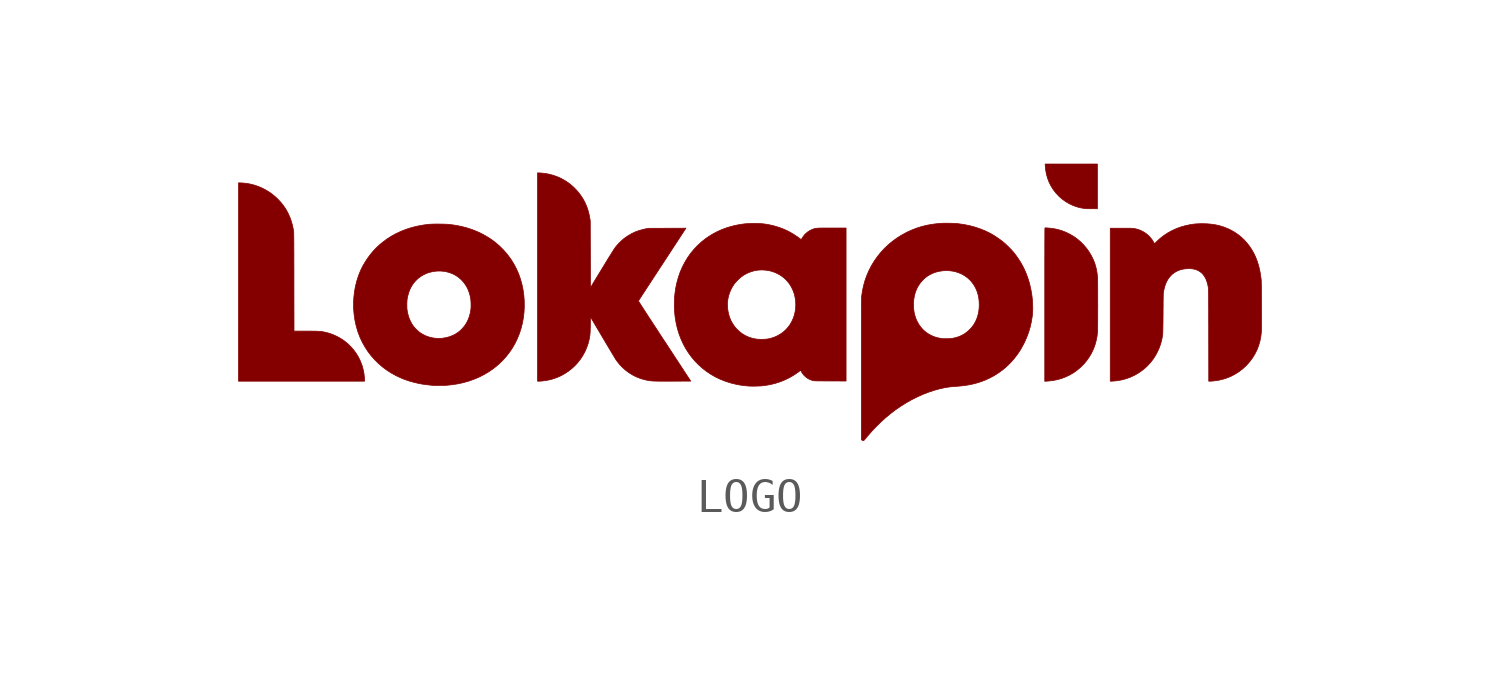
<source format=kicad_sym>
(kicad_symbol_lib
  (version 20210619)
  (generator bitmap2component)
  (symbol "LOGO"
    (pin_names
      (offset 1.016))
    (property "Reference" "#G"
      (at 0 3.423 0)
      (effects (font (size 1.27 1.27)) hide))
    (symbol "LOGO_0_0"
      (polyline (pts (xy 3.347 -4.051) (xy 3.349 -4.048) (xy 3.358 -4.038) (xy 3.373 -4.022) (xy 3.39 -4.001) (xy 3.41 -3.977) (xy 3.45 -3.928) (xy 3.571 -3.789) (xy 3.701 -3.651) (xy 3.836 -3.518) (xy 3.975 -3.392) (xy 4.116 -3.275) (xy 4.123 -3.268) (xy 4.271 -3.156) (xy 4.423 -3.051) (xy 4.579 -2.954) (xy 4.737 -2.864) (xy 4.898 -2.783) (xy 5.06 -2.709) (xy 5.223 -2.645) (xy 5.385 -2.59) (xy 5.546 -2.545) (xy 5.705 -2.509) (xy 5.861 -2.484) (xy 5.874 -2.483) (xy 5.907 -2.479) (xy 5.946 -2.476) (xy 5.987 -2.473) (xy 6.025 -2.47) (xy 6.076 -2.466) (xy 6.214 -2.454) (xy 6.343 -2.437) (xy 6.466 -2.416) (xy 6.584 -2.389) (xy 6.698 -2.357) (xy 6.81 -2.319) (xy 6.885 -2.291) (xy 7.026 -2.227) (xy 7.163 -2.154) (xy 7.294 -2.071) (xy 7.418 -1.98) (xy 7.536 -1.88) (xy 7.647 -1.771) (xy 7.75 -1.655) (xy 7.845 -1.531) (xy 7.932 -1.401) (xy 7.974 -1.328) (xy 8.052 -1.181) (xy 8.119 -1.03) (xy 8.176 -0.877) (xy 8.222 -0.721) (xy 8.257 -0.564) (xy 8.282 -0.405) (xy 8.295 -0.246) (xy 8.295 -0.234) (xy 8.296 -0.19) (xy 8.295 -0.138) (xy 8.293 -0.081) (xy 8.29 -0.021) (xy 8.287 0.039) (xy 8.282 0.096) (xy 8.277 0.147) (xy 8.267 0.227) (xy 8.237 0.397) (xy 8.198 0.562) (xy 8.148 0.722) (xy 8.089 0.876) (xy 8.021 1.024) (xy 7.942 1.167) (xy 7.854 1.304) (xy 7.757 1.436) (xy 7.735 1.462) (xy 7.696 1.507) (xy 7.651 1.555) (xy 7.602 1.605) (xy 7.552 1.654) (xy 7.503 1.7) (xy 7.457 1.742) (xy 7.415 1.777) (xy 7.381 1.803) (xy 7.335 1.837) (xy 7.286 1.872) (xy 7.234 1.907) (xy 7.183 1.941) (xy 7.136 1.97) (xy 7.095 1.995) (xy 7.057 2.015) (xy 6.915 2.086) (xy 6.766 2.147) (xy 6.61 2.2) (xy 6.448 2.244) (xy 6.28 2.278) (xy 6.107 2.303) (xy 6.102 2.304) (xy 6.063 2.307) (xy 6.015 2.31) (xy 5.961 2.313) (xy 5.902 2.315) (xy 5.842 2.316) (xy 5.781 2.317) (xy 5.722 2.317) (xy 5.667 2.316) (xy 5.619 2.314) (xy 5.58 2.312) (xy 5.514 2.306) (xy 5.351 2.286) (xy 5.195 2.258) (xy 5.044 2.221) (xy 4.896 2.175) (xy 4.752 2.12) (xy 4.609 2.055) (xy 4.597 2.049) (xy 4.453 1.971) (xy 4.316 1.885) (xy 4.185 1.79) (xy 4.062 1.688) (xy 3.946 1.578) (xy 3.838 1.461) (xy 3.739 1.338) (xy 3.648 1.209) (xy 3.566 1.074) (xy 3.493 0.933) (xy 3.43 0.788) (xy 3.376 0.639) (xy 3.333 0.486) (xy 3.3 0.329) (xy 3.277 0.17) (xy 3.276 0.162) (xy 3.276 0.151) (xy 3.275 0.136) (xy 3.275 0.117) (xy 3.274 0.093) (xy 3.274 0.065) (xy 3.273 0.032) (xy 3.273 -0.006) (xy 3.272 -0.051) (xy 3.272 -0.073) (xy 4.797 -0.073) (xy 4.798 -0.023) (xy 4.807 0.088) (xy 4.826 0.195) (xy 4.854 0.295) (xy 4.892 0.39) (xy 4.939 0.479) (xy 4.995 0.561) (xy 5.061 0.638) (xy 5.099 0.676) (xy 5.149 0.721) (xy 5.199 0.759) (xy 5.253 0.793) (xy 5.313 0.825) (xy 5.356 0.846) (xy 5.451 0.881) (xy 5.551 0.906) (xy 5.655 0.922) (xy 5.762 0.927) (xy 5.834 0.925) (xy 5.939 0.913) (xy 6.039 0.891) (xy 6.134 0.859) (xy 6.225 0.819) (xy 6.309 0.769) (xy 6.387 0.712) (xy 6.458 0.646) (xy 6.522 0.572) (xy 6.578 0.491) (xy 6.626 0.403) (xy 6.665 0.309) (xy 6.695 0.208) (xy 6.711 0.126) (xy 6.723 0.028) (xy 6.726 -0.073) (xy 6.723 -0.174) (xy 6.711 -0.272) (xy 6.692 -0.364) (xy 6.691 -0.369) (xy 6.661 -0.466) (xy 6.623 -0.555) (xy 6.578 -0.638) (xy 6.524 -0.715) (xy 6.46 -0.788) (xy 6.451 -0.797) (xy 6.378 -0.864) (xy 6.302 -0.921) (xy 6.22 -0.969) (xy 6.133 -1.008) (xy 6.039 -1.038) (xy 5.937 -1.06) (xy 5.915 -1.063) (xy 5.877 -1.067) (xy 5.833 -1.069) (xy 5.786 -1.071) (xy 5.738 -1.071) (xy 5.693 -1.071) (xy 5.653 -1.069) (xy 5.621 -1.065) (xy 5.519 -1.046) (xy 5.418 -1.017) (xy 5.324 -0.978) (xy 5.237 -0.931) (xy 5.156 -0.875) (xy 5.082 -0.81) (xy 5.016 -0.736) (xy 4.957 -0.655) (xy 4.906 -0.565) (xy 4.869 -0.483) (xy 4.838 -0.388) (xy 4.815 -0.289) (xy 4.802 -0.184) (xy 4.797 -0.073) (xy 3.272 -0.073) (xy 3.272 -0.101) (xy 3.272 -0.157) (xy 3.271 -0.22) (xy 3.271 -0.289) (xy 3.271 -0.366) (xy 3.271 -0.451) (xy 3.271 -0.543) (xy 3.27 -0.643) (xy 3.27 -0.752) (xy 3.27 -0.87) (xy 3.27 -0.997) (xy 3.27 -1.133) (xy 3.27 -1.279) (xy 3.27 -1.435) (xy 3.27 -4.031) (xy 3.285 -4.045) (xy 3.289 -4.047) (xy 3.309 -4.056) (xy 3.329 -4.057) (xy 3.347 -4.051)) (stroke (width 0.01)) (fill (type outline)))
      (polyline (pts (xy 0.179 -2.461) (xy 0.237 -2.459) (xy 0.293 -2.457) (xy 0.342 -2.454) (xy 0.384 -2.45) (xy 0.447 -2.442) (xy 0.599 -2.416) (xy 0.748 -2.379) (xy 0.893 -2.332) (xy 1.033 -2.275) (xy 1.169 -2.208) (xy 1.298 -2.132) (xy 1.422 -2.047) (xy 1.489 -1.997) (xy 1.504 -2.026) (xy 1.532 -2.076) (xy 1.578 -2.136) (xy 1.632 -2.188) (xy 1.693 -2.233) (xy 1.761 -2.269) (xy 1.835 -2.296) (xy 1.841 -2.297) (xy 1.849 -2.3) (xy 1.857 -2.301) (xy 1.866 -2.303) (xy 1.877 -2.304) (xy 1.891 -2.305) (xy 1.909 -2.306) (xy 1.93 -2.307) (xy 1.957 -2.308) (xy 1.989 -2.308) (xy 2.028 -2.309) (xy 2.075 -2.309) (xy 2.129 -2.309) (xy 2.193 -2.31) (xy 2.266 -2.31) (xy 2.35 -2.31) (xy 2.82 -2.312) (xy 2.82 2.176) (xy 2.316 2.176) (xy 2.244 2.176) (xy 2.181 2.176) (xy 2.127 2.175) (xy 2.081 2.175) (xy 2.042 2.174) (xy 2.009 2.173) (xy 1.981 2.171) (xy 1.958 2.169) (xy 1.937 2.167) (xy 1.919 2.164) (xy 1.903 2.16) (xy 1.888 2.156) (xy 1.873 2.151) (xy 1.857 2.146) (xy 1.828 2.135) (xy 1.758 2.102) (xy 1.693 2.06) (xy 1.631 2.007) (xy 1.617 1.993) (xy 1.593 1.964) (xy 1.568 1.933) (xy 1.546 1.902) (xy 1.527 1.873) (xy 1.515 1.85) (xy 1.508 1.832) (xy 1.462 1.867) (xy 1.395 1.917) (xy 1.268 2.001) (xy 1.136 2.076) (xy 0.999 2.14) (xy 0.856 2.194) (xy 0.708 2.239) (xy 0.555 2.274) (xy 0.396 2.299) (xy 0.394 2.299) (xy 0.355 2.302) (xy 0.306 2.305) (xy 0.251 2.308) (xy 0.19 2.309) (xy 0.128 2.309) (xy 0.065 2.309) (xy 0.004 2.307) (xy -0.053 2.305) (xy -0.103 2.302) (xy -0.146 2.299) (xy -0.204 2.292) (xy -0.369 2.265) (xy -0.527 2.229) (xy -0.679 2.184) (xy -0.826 2.13) (xy -0.967 2.066) (xy -1.103 1.993) (xy -1.235 1.91) (xy -1.3 1.864) (xy -1.421 1.768) (xy -1.534 1.664) (xy -1.64 1.553) (xy -1.738 1.434) (xy -1.827 1.308) (xy -1.907 1.176) (xy -1.979 1.037) (xy -2.042 0.893) (xy -2.095 0.743) (xy -2.139 0.587) (xy -2.174 0.427) (xy -2.198 0.263) (xy -2.201 0.237) (xy -2.212 0.106) (xy -2.216 -0.031) (xy -2.215 -0.127) (xy -0.658 -0.127) (xy -0.658 -0.019) (xy -0.647 0.086) (xy -0.625 0.188) (xy -0.592 0.289) (xy -0.548 0.388) (xy -0.542 0.399) (xy -0.512 0.455) (xy -0.48 0.505) (xy -0.445 0.553) (xy -0.404 0.6) (xy -0.356 0.65) (xy -0.343 0.663) (xy -0.294 0.709) (xy -0.248 0.747) (xy -0.201 0.781) (xy -0.15 0.812) (xy -0.093 0.842) (xy -0.054 0.861) (xy 0.045 0.899) (xy 0.144 0.926) (xy 0.245 0.942) (xy 0.348 0.947) (xy 0.454 0.941) (xy 0.562 0.924) (xy 0.616 0.912) (xy 0.714 0.88) (xy 0.808 0.839) (xy 0.896 0.789) (xy 0.978 0.73) (xy 1.035 0.681) (xy 1.105 0.607) (xy 1.167 0.526) (xy 1.22 0.439) (xy 1.264 0.345) (xy 1.299 0.248) (xy 1.324 0.145) (xy 1.34 0.039) (xy 1.345 -0.069) (xy 1.342 -0.161) (xy 1.328 -0.268) (xy 1.305 -0.371) (xy 1.272 -0.469) (xy 1.23 -0.562) (xy 1.18 -0.65) (xy 1.121 -0.731) (xy 1.054 -0.806) (xy 0.98 -0.873) (xy 0.898 -0.932) (xy 0.809 -0.983) (xy 0.795 -0.99) (xy 0.731 -1.019) (xy 0.666 -1.042) (xy 0.598 -1.062) (xy 0.523 -1.078) (xy 0.513 -1.079) (xy 0.482 -1.083) (xy 0.442 -1.086) (xy 0.397 -1.088) (xy 0.35 -1.089) (xy 0.304 -1.089) (xy 0.26 -1.087) (xy 0.222 -1.085) (xy 0.192 -1.082) (xy 0.144 -1.074) (xy 0.041 -1.049) (xy -0.055 -1.016) (xy -0.145 -0.973) (xy -0.23 -0.921) (xy -0.31 -0.858) (xy -0.386 -0.786) (xy -0.448 -0.714) (xy -0.506 -0.63) (xy -0.556 -0.54) (xy -0.596 -0.444) (xy -0.626 -0.343) (xy -0.647 -0.238) (xy -0.647 -0.237) (xy -0.658 -0.127) (xy -2.215 -0.127) (xy -2.214 -0.169) (xy -2.207 -0.306) (xy -2.193 -0.439) (xy -2.191 -0.454) (xy -2.163 -0.618) (xy -2.126 -0.776) (xy -2.079 -0.929) (xy -2.023 -1.077) (xy -1.958 -1.219) (xy -1.885 -1.356) (xy -1.802 -1.486) (xy -1.712 -1.609) (xy -1.614 -1.725) (xy -1.508 -1.834) (xy -1.395 -1.935) (xy -1.274 -2.029) (xy -1.147 -2.114) (xy -1.014 -2.191) (xy -0.874 -2.258) (xy -0.728 -2.316) (xy -0.577 -2.365) (xy -0.503 -2.385) (xy -0.389 -2.411) (xy -0.275 -2.432) (xy -0.158 -2.448) (xy -0.034 -2.459) (xy -0.028 -2.459) (xy 0.015 -2.461) (xy 0.065 -2.462) (xy 0.121 -2.462) (xy 0.179 -2.461)) (stroke (width 0.01)) (fill (type outline)))
      (polyline (pts (xy -9.054 -2.441) (xy -9.003 -2.44) (xy -8.956 -2.439) (xy -8.916 -2.438) (xy -8.885 -2.436) (xy -8.741 -2.421) (xy -8.569 -2.395) (xy -8.402 -2.358) (xy -8.24 -2.312) (xy -8.083 -2.256) (xy -7.932 -2.191) (xy -7.787 -2.117) (xy -7.647 -2.033) (xy -7.515 -1.94) (xy -7.484 -1.916) (xy -7.362 -1.814) (xy -7.25 -1.705) (xy -7.145 -1.589) (xy -7.05 -1.466) (xy -6.963 -1.337) (xy -6.886 -1.203) (xy -6.819 -1.063) (xy -6.76 -0.918) (xy -6.712 -0.768) (xy -6.673 -0.614) (xy -6.644 -0.456) (xy -6.625 -0.294) (xy -6.617 -0.129) (xy -6.619 0.039) (xy -6.619 0.04) (xy -6.631 0.206) (xy -6.654 0.369) (xy -6.687 0.527) (xy -6.73 0.68) (xy -6.782 0.829) (xy -6.845 0.973) (xy -6.917 1.111) (xy -6.999 1.244) (xy -7.024 1.281) (xy -7.12 1.408) (xy -7.224 1.528) (xy -7.335 1.639) (xy -7.454 1.743) (xy -7.58 1.838) (xy -7.713 1.924) (xy -7.853 2.002) (xy -7.999 2.071) (xy -8.151 2.132) (xy -8.31 2.183) (xy -8.475 2.225) (xy -8.645 2.258) (xy -8.82 2.281) (xy -8.841 2.284) (xy -8.883 2.286) (xy -8.933 2.288) (xy -8.989 2.29) (xy -9.048 2.291) (xy -9.11 2.292) (xy -9.172 2.292) (xy -9.232 2.292) (xy -9.288 2.291) (xy -9.339 2.289) (xy -9.382 2.287) (xy -9.416 2.285) (xy -9.575 2.264) (xy -9.748 2.233) (xy -9.914 2.192) (xy -10.073 2.142) (xy -10.226 2.083) (xy -10.373 2.015) (xy -10.514 1.938) (xy -10.65 1.851) (xy -10.779 1.754) (xy -10.86 1.687) (xy -10.965 1.589) (xy -11.062 1.484) (xy -11.153 1.373) (xy -11.239 1.252) (xy -11.299 1.157) (xy -11.362 1.047) (xy -11.416 0.936) (xy -11.464 0.822) (xy -11.506 0.701) (xy -11.533 0.613) (xy -11.572 0.454) (xy -11.6 0.293) (xy -11.618 0.129) (xy -11.626 -0.035) (xy -11.624 -0.099) (xy -10.062 -0.099) (xy -10.062 -0.044) (xy -10.06 0.009) (xy -10.057 0.056) (xy -10.053 0.096) (xy -10.036 0.18) (xy -10.007 0.284) (xy -9.97 0.381) (xy -9.923 0.471) (xy -9.868 0.554) (xy -9.804 0.629) (xy -9.732 0.698) (xy -9.651 0.758) (xy -9.642 0.764) (xy -9.56 0.811) (xy -9.472 0.85) (xy -9.378 0.88) (xy -9.281 0.901) (xy -9.183 0.913) (xy -9.083 0.915) (xy -8.985 0.907) (xy -8.903 0.893) (xy -8.806 0.866) (xy -8.713 0.83) (xy -8.626 0.784) (xy -8.545 0.729) (xy -8.471 0.665) (xy -8.403 0.592) (xy -8.344 0.512) (xy -8.292 0.424) (xy -8.267 0.371) (xy -8.232 0.28) (xy -8.205 0.183) (xy -8.187 0.08) (xy -8.185 0.065) (xy -8.182 0.022) (xy -8.18 -0.026) (xy -8.179 -0.077) (xy -8.179 -0.127) (xy -8.181 -0.172) (xy -8.184 -0.209) (xy -8.185 -0.219) (xy -8.205 -0.328) (xy -8.233 -0.43) (xy -8.271 -0.526) (xy -8.317 -0.616) (xy -8.372 -0.699) (xy -8.437 -0.774) (xy -8.461 -0.799) (xy -8.513 -0.848) (xy -8.566 -0.889) (xy -8.623 -0.926) (xy -8.687 -0.961) (xy -8.724 -0.978) (xy -8.818 -1.014) (xy -8.917 -1.04) (xy -9.022 -1.057) (xy -9.072 -1.061) (xy -9.177 -1.062) (xy -9.28 -1.051) (xy -9.38 -1.03) (xy -9.477 -0.999) (xy -9.57 -0.956) (xy -9.659 -0.904) (xy -9.671 -0.896) (xy -9.709 -0.866) (xy -9.75 -0.83) (xy -9.791 -0.791) (xy -9.829 -0.75) (xy -9.864 -0.709) (xy -9.89 -0.673) (xy -9.913 -0.638) (xy -9.962 -0.547) (xy -10.001 -0.453) (xy -10.031 -0.352) (xy -10.053 -0.246) (xy -10.053 -0.242) (xy -10.058 -0.201) (xy -10.061 -0.152) (xy -10.062 -0.099) (xy -11.624 -0.099) (xy -11.623 -0.2) (xy -11.609 -0.364) (xy -11.585 -0.526) (xy -11.551 -0.686) (xy -11.506 -0.842) (xy -11.489 -0.894) (xy -11.431 -1.042) (xy -11.364 -1.183) (xy -11.287 -1.319) (xy -11.202 -1.449) (xy -11.107 -1.573) (xy -11.004 -1.689) (xy -10.893 -1.798) (xy -10.774 -1.901) (xy -10.647 -1.995) (xy -10.513 -2.081) (xy -10.372 -2.158) (xy -10.224 -2.227) (xy -10.141 -2.261) (xy -9.992 -2.312) (xy -9.837 -2.355) (xy -9.677 -2.391) (xy -9.511 -2.417) (xy -9.343 -2.435) (xy -9.337 -2.436) (xy -9.304 -2.438) (xy -9.263 -2.439) (xy -9.215 -2.44) (xy -9.162 -2.441) (xy -9.108 -2.441) (xy -9.054 -2.441)) (stroke (width 0.01)) (fill (type outline)))
      (polyline (pts (xy -11.306 -2.234) (xy -11.308 -2.197) (xy -11.322 -2.075) (xy -11.347 -1.955) (xy -11.382 -1.836) (xy -11.428 -1.72) (xy -11.483 -1.608) (xy -11.548 -1.501) (xy -11.622 -1.4) (xy -11.706 -1.304) (xy -11.796 -1.216) (xy -11.894 -1.137) (xy -11.998 -1.066) (xy -12.108 -1.005) (xy -12.222 -0.953) (xy -12.341 -0.91) (xy -12.464 -0.879) (xy -12.47 -0.878) (xy -12.498 -0.872) (xy -12.526 -0.867) (xy -12.552 -0.862) (xy -12.579 -0.859) (xy -12.608 -0.856) (xy -12.639 -0.854) (xy -12.674 -0.852) (xy -12.714 -0.85) (xy -12.76 -0.849) (xy -12.813 -0.849) (xy -12.873 -0.848) (xy -12.943 -0.848) (xy -13.372 -0.848) (xy -13.374 0.598) (xy -13.374 0.743) (xy -13.374 0.884) (xy -13.374 1.015) (xy -13.375 1.135) (xy -13.375 1.246) (xy -13.375 1.348) (xy -13.375 1.441) (xy -13.376 1.525) (xy -13.376 1.602) (xy -13.376 1.671) (xy -13.376 1.733) (xy -13.377 1.789) (xy -13.377 1.838) (xy -13.377 1.881) (xy -13.378 1.919) (xy -13.378 1.952) (xy -13.379 1.981) (xy -13.379 2.005) (xy -13.38 2.026) (xy -13.38 2.043) (xy -13.381 2.058) (xy -13.382 2.07) (xy -13.383 2.08) (xy -13.384 2.088) (xy -13.385 2.096) (xy -13.386 2.103) (xy -13.388 2.114) (xy -13.416 2.251) (xy -13.452 2.379) (xy -13.496 2.501) (xy -13.548 2.615) (xy -13.609 2.725) (xy -13.679 2.829) (xy -13.758 2.928) (xy -13.847 3.024) (xy -13.873 3.049) (xy -13.972 3.137) (xy -14.077 3.216) (xy -14.189 3.286) (xy -14.305 3.347) (xy -14.426 3.398) (xy -14.55 3.439) (xy -14.677 3.47) (xy -14.805 3.49) (xy -14.935 3.5) (xy -14.998 3.501) (xy -14.999 0.592) (xy -15 -2.317) (xy -11.302 -2.317) (xy -11.306 -2.234)) (stroke (width 0.01)) (fill (type outline)))
      (polyline (pts (xy -6.202 -2.317) (xy -6.179 -2.317) (xy -6.127 -2.314) (xy -6.069 -2.308) (xy -6.008 -2.3) (xy -5.946 -2.29) (xy -5.887 -2.278) (xy -5.834 -2.266) (xy -5.778 -2.25) (xy -5.657 -2.208) (xy -5.54 -2.156) (xy -5.429 -2.094) (xy -5.323 -2.024) (xy -5.224 -1.946) (xy -5.131 -1.86) (xy -5.046 -1.767) (xy -4.968 -1.667) (xy -4.899 -1.561) (xy -4.838 -1.449) (xy -4.787 -1.333) (xy -4.745 -1.212) (xy -4.713 -1.087) (xy -4.707 -1.052) (xy -4.701 -1.02) (xy -4.696 -0.988) (xy -4.692 -0.956) (xy -4.689 -0.922) (xy -4.686 -0.884) (xy -4.684 -0.841) (xy -4.683 -0.791) (xy -4.681 -0.733) (xy -4.68 -0.666) (xy -4.677 -0.43) (xy -4.324 -1.027) (xy -4.29 -1.084) (xy -4.246 -1.159) (xy -4.202 -1.232) (xy -4.161 -1.301) (xy -4.122 -1.367) (xy -4.085 -1.428) (xy -4.052 -1.485) (xy -4.021 -1.535) (xy -3.995 -1.579) (xy -3.973 -1.616) (xy -3.955 -1.645) (xy -3.942 -1.666) (xy -3.935 -1.678) (xy -3.907 -1.718) (xy -3.83 -1.816) (xy -3.745 -1.907) (xy -3.653 -1.99) (xy -3.554 -2.064) (xy -3.449 -2.13) (xy -3.338 -2.187) (xy -3.222 -2.233) (xy -3.102 -2.27) (xy -2.979 -2.297) (xy -2.959 -2.3) (xy -2.937 -2.303) (xy -2.913 -2.306) (xy -2.888 -2.308) (xy -2.86 -2.31) (xy -2.828 -2.312) (xy -2.791 -2.313) (xy -2.75 -2.314) (xy -2.703 -2.315) (xy -2.648 -2.316) (xy -2.587 -2.316) (xy -2.517 -2.317) (xy -2.439 -2.317) (xy -2.35 -2.316) (xy -2.251 -2.316) (xy -1.736 -2.314) (xy -2.504 -1.142) (xy -2.525 -1.111) (xy -2.593 -1.007) (xy -2.659 -0.906) (xy -2.723 -0.807) (xy -2.785 -0.712) (xy -2.845 -0.621) (xy -2.902 -0.534) (xy -2.956 -0.452) (xy -3.006 -0.374) (xy -3.053 -0.302) (xy -3.096 -0.236) (xy -3.135 -0.176) (xy -3.17 -0.122) (xy -3.199 -0.076) (xy -3.224 -0.037) (xy -3.244 -0.005) (xy -3.259 0.018) (xy -3.268 0.032) (xy -3.27 0.037) (xy -3.27 0.038) (xy -3.264 0.047) (xy -3.252 0.065) (xy -3.235 0.091) (xy -3.213 0.126) (xy -3.186 0.168) (xy -3.154 0.217) (xy -3.117 0.273) (xy -3.077 0.335) (xy -3.033 0.403) (xy -2.985 0.476) (xy -2.933 0.555) (xy -2.879 0.638) (xy -2.822 0.725) (xy -2.763 0.816) (xy -2.701 0.91) (xy -2.638 1.008) (xy -2.572 1.107) (xy -1.877 2.171) (xy -2.426 2.169) (xy -2.976 2.167) (xy -3.055 2.152) (xy -3.121 2.138) (xy -3.242 2.105) (xy -3.357 2.064) (xy -3.466 2.013) (xy -3.572 1.952) (xy -3.675 1.881) (xy -3.7 1.861) (xy -3.753 1.816) (xy -3.808 1.765) (xy -3.861 1.71) (xy -3.909 1.656) (xy -3.951 1.604) (xy -3.958 1.594) (xy -3.974 1.571) (xy -3.995 1.538) (xy -4.022 1.496) (xy -4.053 1.446) (xy -4.09 1.387) (xy -4.132 1.321) (xy -4.178 1.246) (xy -4.228 1.164) (xy -4.282 1.075) (xy -4.341 0.979) (xy -4.677 0.426) (xy -4.68 1.407) (xy -4.683 2.388) (xy -4.696 2.467) (xy -4.709 2.541) (xy -4.741 2.672) (xy -4.782 2.797) (xy -4.833 2.916) (xy -4.894 3.029) (xy -4.964 3.137) (xy -5.044 3.24) (xy -5.135 3.338) (xy -5.159 3.362) (xy -5.215 3.413) (xy -5.269 3.459) (xy -5.326 3.502) (xy -5.389 3.545) (xy -5.421 3.565) (xy -5.532 3.628) (xy -5.649 3.68) (xy -5.77 3.723) (xy -5.896 3.756) (xy -6.024 3.779) (xy -6.155 3.791) (xy -6.229 3.794) (xy -6.229 -2.317) (xy -6.202 -2.317)) (stroke (width 0.01)) (fill (type outline)))
      (polyline (pts (xy 8.717 -2.315) (xy 8.742 -2.313) (xy 8.877 -2.299) (xy 9.009 -2.273) (xy 9.136 -2.238) (xy 9.258 -2.192) (xy 9.376 -2.136) (xy 9.488 -2.071) (xy 9.595 -1.995) (xy 9.697 -1.909) (xy 9.701 -1.905) (xy 9.795 -1.812) (xy 9.879 -1.711) (xy 9.954 -1.605) (xy 10.02 -1.493) (xy 10.075 -1.376) (xy 10.121 -1.254) (xy 10.156 -1.127) (xy 10.182 -0.997) (xy 10.196 -0.863) (xy 10.197 -0.845) (xy 10.198 -0.817) (xy 10.198 -0.779) (xy 10.199 -0.733) (xy 10.2 -0.679) (xy 10.2 -0.617) (xy 10.2 -0.55) (xy 10.201 -0.478) (xy 10.201 -0.401) (xy 10.201 -0.32) (xy 10.201 -0.237) (xy 10.202 -0.153) (xy 10.202 -0.067) (xy 10.201 0.018) (xy 10.201 0.103) (xy 10.201 0.186) (xy 10.201 0.266) (xy 10.201 0.343) (xy 10.2 0.416) (xy 10.2 0.483) (xy 10.2 0.544) (xy 10.199 0.599) (xy 10.198 0.645) (xy 10.198 0.683) (xy 10.197 0.711) (xy 10.196 0.729) (xy 10.195 0.741) (xy 10.183 0.849) (xy 10.165 0.956) (xy 10.14 1.058) (xy 10.11 1.153) (xy 10.07 1.252) (xy 10.012 1.369) (xy 9.946 1.48) (xy 9.871 1.584) (xy 9.788 1.681) (xy 9.698 1.772) (xy 9.6 1.854) (xy 9.497 1.928) (xy 9.387 1.993) (xy 9.273 2.049) (xy 9.153 2.096) (xy 9.03 2.133) (xy 8.902 2.159) (xy 8.898 2.159) (xy 8.87 2.163) (xy 8.838 2.167) (xy 8.803 2.171) (xy 8.767 2.174) (xy 8.734 2.177) (xy 8.703 2.179) (xy 8.679 2.18) (xy 8.661 2.18) (xy 8.653 2.179) (xy 8.653 2.178) (xy 8.652 2.17) (xy 8.652 2.151) (xy 8.651 2.12) (xy 8.651 2.079) (xy 8.651 2.028) (xy 8.65 1.966) (xy 8.65 1.894) (xy 8.65 1.812) (xy 8.649 1.72) (xy 8.649 1.619) (xy 8.649 1.508) (xy 8.649 1.389) (xy 8.648 1.26) (xy 8.648 1.122) (xy 8.648 0.976) (xy 8.648 0.821) (xy 8.648 0.658) (xy 8.648 0.487) (xy 8.648 0.309) (xy 8.648 0.122) (xy 8.648 -2.319) (xy 8.717 -2.315)) (stroke (width 0.01)) (fill (type outline)))
      (polyline (pts (xy 10.607 -2.317) (xy 10.63 -2.315) (xy 10.658 -2.313) (xy 10.688 -2.311) (xy 10.775 -2.302) (xy 10.905 -2.279) (xy 11.032 -2.245) (xy 11.155 -2.201) (xy 11.274 -2.146) (xy 11.389 -2.081) (xy 11.499 -2.005) (xy 11.561 -1.956) (xy 11.658 -1.868) (xy 11.746 -1.773) (xy 11.825 -1.672) (xy 11.896 -1.563) (xy 11.957 -1.449) (xy 12.01 -1.33) (xy 12.052 -1.206) (xy 12.085 -1.077) (xy 12.107 -0.944) (xy 12.107 -0.942) (xy 12.109 -0.925) (xy 12.11 -0.898) (xy 12.111 -0.862) (xy 12.112 -0.815) (xy 12.113 -0.759) (xy 12.114 -0.692) (xy 12.115 -0.614) (xy 12.116 -0.526) (xy 12.117 -0.427) (xy 12.118 -0.317) (xy 12.118 -0.236) (xy 12.119 -0.151) (xy 12.12 -0.077) (xy 12.12 -0.012) (xy 12.121 0.044) (xy 12.121 0.093) (xy 12.122 0.135) (xy 12.123 0.17) (xy 12.123 0.2) (xy 12.124 0.225) (xy 12.125 0.245) (xy 12.126 0.262) (xy 12.127 0.277) (xy 12.129 0.289) (xy 12.13 0.301) (xy 12.132 0.311) (xy 12.134 0.322) (xy 12.143 0.366) (xy 12.166 0.457) (xy 12.193 0.538) (xy 12.226 0.612) (xy 12.265 0.679) (xy 12.31 0.74) (xy 12.361 0.796) (xy 12.382 0.816) (xy 12.448 0.867) (xy 12.52 0.909) (xy 12.598 0.942) (xy 12.682 0.966) (xy 12.773 0.98) (xy 12.87 0.985) (xy 12.926 0.984) (xy 12.985 0.978) (xy 13.04 0.967) (xy 13.092 0.952) (xy 13.117 0.942) (xy 13.181 0.909) (xy 13.239 0.867) (xy 13.29 0.816) (xy 13.334 0.755) (xy 13.372 0.686) (xy 13.402 0.608) (xy 13.426 0.521) (xy 13.428 0.515) (xy 13.431 0.503) (xy 13.433 0.491) (xy 13.436 0.48) (xy 13.438 0.469) (xy 13.44 0.458) (xy 13.442 0.445) (xy 13.444 0.431) (xy 13.445 0.415) (xy 13.446 0.397) (xy 13.448 0.377) (xy 13.449 0.353) (xy 13.45 0.325) (xy 13.451 0.294) (xy 13.451 0.258) (xy 13.452 0.217) (xy 13.453 0.17) (xy 13.453 0.118) (xy 13.454 0.059) (xy 13.454 -0.007) (xy 13.454 -0.079) (xy 13.455 -0.16) (xy 13.455 -0.248) (xy 13.455 -0.346) (xy 13.455 -0.452) (xy 13.455 -0.568) (xy 13.456 -0.693) (xy 13.456 -0.829) (xy 13.456 -0.976) (xy 13.458 -2.317) (xy 13.483 -2.317) (xy 13.492 -2.317) (xy 13.523 -2.316) (xy 13.56 -2.313) (xy 13.601 -2.309) (xy 13.643 -2.304) (xy 13.683 -2.299) (xy 13.717 -2.294) (xy 13.752 -2.288) (xy 13.881 -2.257) (xy 14.005 -2.217) (xy 14.125 -2.166) (xy 14.24 -2.104) (xy 14.35 -2.034) (xy 14.454 -1.953) (xy 14.552 -1.863) (xy 14.589 -1.824) (xy 14.675 -1.724) (xy 14.752 -1.618) (xy 14.819 -1.506) (xy 14.876 -1.39) (xy 14.922 -1.269) (xy 14.959 -1.143) (xy 14.985 -1.013) (xy 15 -0.879) (xy 15.001 -0.862) (xy 15.002 -0.834) (xy 15.003 -0.797) (xy 15.004 -0.751) (xy 15.004 -0.698) (xy 15.004 -0.638) (xy 15.005 -0.572) (xy 15.005 -0.5) (xy 15.005 -0.425) (xy 15.005 -0.346) (xy 15.005 -0.265) (xy 15.005 -0.182) (xy 15.004 -0.015) (xy 15.004 0.067) (xy 15.004 0.148) (xy 15.003 0.226) (xy 15.002 0.3) (xy 15.002 0.37) (xy 15.001 0.435) (xy 15 0.493) (xy 14.999 0.545) (xy 14.998 0.589) (xy 14.998 0.624) (xy 14.996 0.649) (xy 14.995 0.664) (xy 14.976 0.811) (xy 14.95 0.95) (xy 14.918 1.081) (xy 14.879 1.204) (xy 14.834 1.321) (xy 14.782 1.431) (xy 14.722 1.537) (xy 14.655 1.639) (xy 14.589 1.725) (xy 14.502 1.823) (xy 14.408 1.912) (xy 14.306 1.993) (xy 14.198 2.064) (xy 14.084 2.127) (xy 14.014 2.159) (xy 13.901 2.204) (xy 13.786 2.24) (xy 13.668 2.268) (xy 13.546 2.287) (xy 13.418 2.299) (xy 13.282 2.303) (xy 13.272 2.303) (xy 13.204 2.302) (xy 13.143 2.3) (xy 13.087 2.297) (xy 13.032 2.292) (xy 12.976 2.284) (xy 12.916 2.275) (xy 12.905 2.273) (xy 12.766 2.243) (xy 12.63 2.204) (xy 12.499 2.155) (xy 12.372 2.096) (xy 12.252 2.03) (xy 12.137 1.954) (xy 12.03 1.87) (xy 11.931 1.779) (xy 11.866 1.714) (xy 11.839 1.763) (xy 11.804 1.82) (xy 11.748 1.893) (xy 11.685 1.96) (xy 11.614 2.018) (xy 11.536 2.068) (xy 11.454 2.109) (xy 11.367 2.14) (xy 11.276 2.161) (xy 11.268 2.163) (xy 11.254 2.164) (xy 11.237 2.166) (xy 11.217 2.167) (xy 11.192 2.168) (xy 11.162 2.169) (xy 11.126 2.17) (xy 11.082 2.17) (xy 11.03 2.17) (xy 10.968 2.17) (xy 10.896 2.17) (xy 10.569 2.17) (xy 10.569 -2.317) (xy 10.592 -2.317) (xy 10.607 -2.317)) (stroke (width 0.01)) (fill (type outline)))
      (polyline (pts (xy 10.191 4.053) (xy 8.659 4.053) (xy 8.662 3.997) (xy 8.672 3.893) (xy 8.693 3.771) (xy 8.724 3.654) (xy 8.765 3.542) (xy 8.816 3.435) (xy 8.878 3.332) (xy 8.906 3.29) (xy 8.982 3.194) (xy 9.065 3.106) (xy 9.156 3.026) (xy 9.255 2.955) (xy 9.27 2.945) (xy 9.376 2.884) (xy 9.487 2.833) (xy 9.601 2.793) (xy 9.719 2.764) (xy 9.84 2.745) (xy 9.841 2.745) (xy 9.854 2.744) (xy 9.876 2.744) (xy 9.906 2.743) (xy 9.942 2.743) (xy 9.982 2.742) (xy 10.025 2.742) (xy 10.191 2.741) (xy 10.191 4.053)) (stroke (width 0.01)) (fill (type outline))))))
</source>
